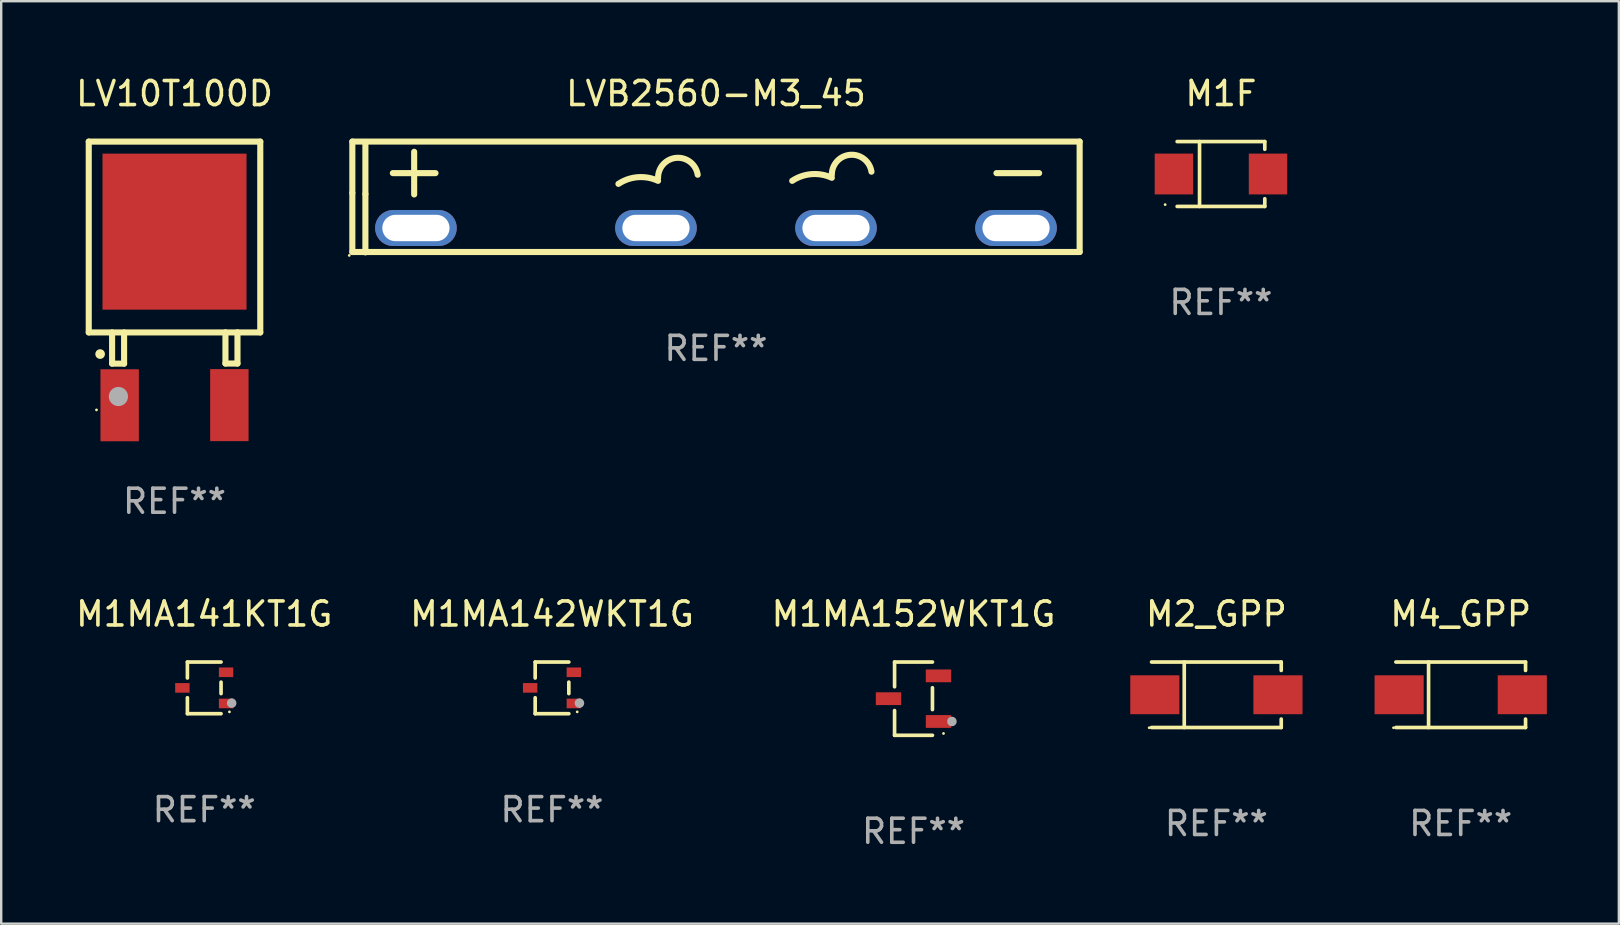
<source format=kicad_pcb>
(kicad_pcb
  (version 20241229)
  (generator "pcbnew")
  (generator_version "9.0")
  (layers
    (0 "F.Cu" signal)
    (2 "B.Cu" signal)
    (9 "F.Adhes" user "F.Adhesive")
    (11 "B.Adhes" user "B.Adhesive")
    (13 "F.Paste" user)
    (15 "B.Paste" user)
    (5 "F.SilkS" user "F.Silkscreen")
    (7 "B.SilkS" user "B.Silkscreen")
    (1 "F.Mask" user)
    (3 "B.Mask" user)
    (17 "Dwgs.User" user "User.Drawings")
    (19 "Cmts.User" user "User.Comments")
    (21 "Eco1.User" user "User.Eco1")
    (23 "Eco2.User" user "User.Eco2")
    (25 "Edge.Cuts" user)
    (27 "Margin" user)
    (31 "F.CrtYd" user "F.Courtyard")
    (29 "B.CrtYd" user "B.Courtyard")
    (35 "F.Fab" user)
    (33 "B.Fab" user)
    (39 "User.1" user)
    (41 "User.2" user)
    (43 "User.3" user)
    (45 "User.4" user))
  (footprint "LVB2560-M3_45"
    (layer "F.Cu")
    (at 26.777 5.156)
    (property "Reference" "LVB2560-M3_45" (at 0 -4.308 0) (layer "F.SilkS") (effects (font (size 1 1) (thickness 0.15))))
    (attr through_hole)
    (fp_line (start -15.15 -2.308) (end 15.15 -2.308) (stroke (width 0.254) (type solid)) (layer "F.SilkS"))
    (fp_line (start -15.149 -0.166) (end -15.149 -2.307) (stroke (width 0.254) (type solid)) (layer "F.SilkS"))
    (fp_line (start -15.149 2.293) (end -15.149 -0.166) (stroke (width 0.254) (type solid)) (layer "F.SilkS"))
    (fp_line (start -14.605 -0.121) (end -14.605 -2.292) (stroke (width 0.254) (type solid)) (layer "F.SilkS"))
    (fp_line (start -14.605 2.308) (end -14.605 -0.121) (stroke (width 0.254) (type solid)) (layer "F.SilkS"))
    (fp_line (start -13.462 -0.994) (end -11.684 -0.994) (stroke (width 0.254) (type solid)) (layer "F.SilkS"))
    (fp_line (start -12.573 -1.883) (end -12.573 -0.105) (stroke (width 0.254) (type solid)) (layer "F.SilkS"))
    (fp_line (start 11.684 -0.994) (end 13.462 -0.994) (stroke (width 0.254) (type solid)) (layer "F.SilkS"))
    (fp_line (start 15.15 -2.308) (end 15.15 2.292) (stroke (width 0.254) (type solid)) (layer "F.SilkS"))
    (fp_line (start 15.15 2.292) (end -15.15 2.292) (stroke (width 0.254) (type solid)) (layer "F.SilkS"))
    (fp_arc (start -4.063716 -0.54558) (mid -3.254762 -0.824195) (end -2.412713 -0.67258) (stroke (width 0.254001) (type solid)) (layer "F.SilkS"))
    (fp_arc (start -2.412713 -0.79958) (mid -1.646176 -1.629622) (end -0.761709 -0.926581) (stroke (width 0.254001) (type solid)) (layer "F.SilkS"))
    (fp_arc (start 3.175298 -0.672581) (mid 3.984253 -0.951195) (end 4.826302 -0.799581) (stroke (width 0.254001) (type solid)) (layer "F.SilkS"))
    (fp_arc (start 4.826301 -0.926582) (mid 5.592839 -1.756623) (end 6.477305 -1.053581) (stroke (width 0.254001) (type solid)) (layer "F.SilkS"))
    (fp_circle (center -15.277 2.435) (end -15.247 2.435) (stroke (width 0.06) (type solid)) (fill no) (layer "F.SilkS"))
    (fp_text user "REF**" (at 0 6.308 0) (layer "F.Fab") (effects (font (size 1 1) (thickness 0.15))))
    (pad "1" thru_hole oval (at -12.5 1.292 90) (size 1.5 3.4) (drill oval 1.1 2.8) (layers "*.Cu" "*.Mask"))
    (pad "2" thru_hole oval (at -2.5 1.292 90) (size 1.5 3.4) (drill oval 1.1 2.8) (layers "*.Cu" "*.Mask"))
    (pad "3" thru_hole oval (at 5 1.292 90) (size 1.5 3.4) (drill oval 1.1 2.8) (layers "*.Cu" "*.Mask"))
    (pad "4" thru_hole oval (at 12.5 1.292 90) (size 1.5 3.4) (drill oval 1.1 2.8) (layers "*.Cu" "*.Mask")))
  (footprint "M1MA152WKT1G"
    (layer "F.Cu")
    (at 35.006 26.056)
    (property "Reference" "M1MA152WKT1G" (at 0 -3.526 0) (layer "F.SilkS") (effects (font (size 1 1) (thickness 0.15))))
    (attr through_hole)
    (fp_line (start -0.789 -1.526) (end -0.789 -0.495) (stroke (width 0.152) (type solid)) (layer "F.SilkS"))
    (fp_line (start -0.789 1.526) (end -0.789 0.495) (stroke (width 0.152) (type solid)) (layer "F.SilkS"))
    (fp_line (start 0.789 -1.526) (end -0.789 -1.526) (stroke (width 0.152) (type solid)) (layer "F.SilkS"))
    (fp_line (start 0.789 -0.455) (end 0.789 0.455) (stroke (width 0.152) (type solid)) (layer "F.SilkS"))
    (fp_line (start 0.789 1.526) (end -0.789 1.526) (stroke (width 0.152) (type solid)) (layer "F.SilkS"))
    (fp_circle (center 1.25 1.45) (end 1.28 1.45) (stroke (width 0.06) (type solid)) (fill no) (layer "F.SilkS"))
    (fp_circle (center 1.6 0.95) (end 1.7 0.95) (stroke (width 0.2) (type solid)) (fill no) (layer "F.Fab"))
    (fp_text user "REF**" (at 0 5.526 0) (layer "F.Fab") (effects (font (size 1 1) (thickness 0.15))))
    (pad "1" smd rect (at 1.041 0.95) (size 1.058 0.532) (layers "F.Cu" "F.Mask" "F.Paste"))
    (pad "2" smd rect (at 1.041 -0.95) (size 1.058 0.532) (layers "F.Cu" "F.Mask" "F.Paste"))
    (pad "3" smd rect (at -1.041 0) (size 1.058 0.532) (layers "F.Cu" "F.Mask" "F.Paste")))
  (footprint "M1F"
    (layer "F.Cu")
    (at 47.814 4.199)
    (property "Reference" "M1F" (at 0 -3.351 0) (layer "F.SilkS") (effects (font (size 1 1) (thickness 0.15))))
    (attr through_hole)
    (fp_line (start -1.826 -1.351) (end 1.826 -1.351) (stroke (width 0.152) (type solid)) (layer "F.SilkS"))
    (fp_line (start -1.826 1.351) (end 1.826 1.351) (stroke (width 0.152) (type solid)) (layer "F.SilkS"))
    (fp_line (start -0.892 -1.351) (end -0.892 1.351) (stroke (width 0.152) (type solid)) (layer "F.SilkS"))
    (fp_line (start 1.826 -1.351) (end 1.826 -1.03) (stroke (width 0.152) (type solid)) (layer "F.SilkS"))
    (fp_line (start 1.826 1.03) (end 1.826 1.351) (stroke (width 0.152) (type solid)) (layer "F.SilkS"))
    (fp_circle (center -2.325 1.275) (end -2.295 1.275) (stroke (width 0.06) (type solid)) (fill no) (layer "F.SilkS"))
    (fp_text user "REF**" (at 0 5.351 0) (layer "F.Fab") (effects (font (size 1 1) (thickness 0.15))))
    (pad "1" smd rect (at -1.96 0 180) (size 1.6 1.7) (layers "F.Cu" "F.Mask" "F.Paste"))
    (pad "2" smd rect (at 1.96 0 180) (size 1.6 1.7) (layers "F.Cu" "F.Mask" "F.Paste")))
  (footprint "M4_GPP"
    (layer "F.Cu")
    (at 57.802 25.893)
    (property "Reference" "M4_GPP" (at 0 -3.364 0) (layer "F.SilkS") (effects (font (size 1 1) (thickness 0.15))))
    (attr through_hole)
    (fp_line (start -2.701 -1.364) (end 2.701 -1.364) (stroke (width 0.152) (type solid)) (layer "F.SilkS"))
    (fp_line (start -2.701 1.364) (end 2.701 1.364) (stroke (width 0.152) (type solid)) (layer "F.SilkS"))
    (fp_line (start -1.339 -1.364) (end -1.339 1.364) (stroke (width 0.152) (type solid)) (layer "F.SilkS"))
    (fp_line (start 2.701 -1.364) (end 2.701 -1.013) (stroke (width 0.152) (type solid)) (layer "F.SilkS"))
    (fp_line (start 2.701 1.364) (end 2.701 1.013) (stroke (width 0.152) (type solid)) (layer "F.SilkS"))
    (fp_circle (center -2.8 1.375) (end -2.77 1.375) (stroke (width 0.06) (type solid)) (fill no) (layer "F.SilkS"))
    (fp_text user "REF**" (at 0 5.364 0) (layer "F.Fab") (effects (font (size 1 1) (thickness 0.15))))
    (pad "1" smd rect (at -2.565 -0.000025) (size 2.046 1.62) (layers "F.Cu" "F.Mask" "F.Paste"))
    (pad "2" smd rect (at 2.565 -0.000025) (size 2.046 1.62) (layers "F.Cu" "F.Mask" "F.Paste")))
  (footprint "M1MA142WKT1G"
    (layer "F.Cu")
    (at 19.946 25.606)
    (property "Reference" "M1MA142WKT1G" (at 0 -3.076 0) (layer "F.SilkS") (effects (font (size 1 1) (thickness 0.15))))
    (attr through_hole)
    (fp_line (start -0.701 -1.076) (end -0.701 -0.411) (stroke (width 0.152) (type solid)) (layer "F.SilkS"))
    (fp_line (start -0.701 1.076) (end -0.701 0.411) (stroke (width 0.152) (type solid)) (layer "F.SilkS"))
    (fp_line (start 0.701 -1.076) (end -0.701 -1.076) (stroke (width 0.152) (type solid)) (layer "F.SilkS"))
    (fp_line (start 0.701 -0.239) (end 0.701 0.239) (stroke (width 0.152) (type solid)) (layer "F.SilkS"))
    (fp_line (start 0.701 1.076) (end -0.701 1.076) (stroke (width 0.152) (type solid)) (layer "F.SilkS"))
    (fp_circle (center 1.05 1) (end 1.08 1) (stroke (width 0.06) (type solid)) (fill no) (layer "F.SilkS"))
    (fp_circle (center 1.143 0.635) (end 1.243 0.635) (stroke (width 0.2) (type solid)) (fill no) (layer "F.Fab"))
    (fp_text user "REF**" (at 0 5.076 0) (layer "F.Fab") (effects (font (size 1 1) (thickness 0.15))))
    (pad "1" smd rect (at 0.91 0.65) (size 0.6 0.4) (layers "F.Cu" "F.Mask" "F.Paste"))
    (pad "2" smd rect (at 0.91 -0.65) (size 0.6 0.4) (layers "F.Cu" "F.Mask" "F.Paste"))
    (pad "3" smd rect (at -0.91 0) (size 0.6 0.4) (layers "F.Cu" "F.Mask" "F.Paste")))
  (footprint "M1MA141KT1G"
    (layer "F.Cu")
    (at 5.458 25.606)
    (property "Reference" "M1MA141KT1G" (at 0 -3.076 0) (layer "F.SilkS") (effects (font (size 1 1) (thickness 0.15))))
    (attr through_hole)
    (fp_line (start -0.701 -1.076) (end -0.701 -0.411) (stroke (width 0.152) (type solid)) (layer "F.SilkS"))
    (fp_line (start -0.701 1.076) (end -0.701 0.411) (stroke (width 0.152) (type solid)) (layer "F.SilkS"))
    (fp_line (start 0.701 -1.076) (end -0.701 -1.076) (stroke (width 0.152) (type solid)) (layer "F.SilkS"))
    (fp_line (start 0.701 -0.239) (end 0.701 0.239) (stroke (width 0.152) (type solid)) (layer "F.SilkS"))
    (fp_line (start 0.701 1.076) (end -0.701 1.076) (stroke (width 0.152) (type solid)) (layer "F.SilkS"))
    (fp_circle (center 1.05 1) (end 1.08 1) (stroke (width 0.06) (type solid)) (fill no) (layer "F.SilkS"))
    (fp_circle (center 1.143 0.635) (end 1.243 0.635) (stroke (width 0.2) (type solid)) (fill no) (layer "F.Fab"))
    (fp_text user "REF**" (at 0 5.076 0) (layer "F.Fab") (effects (font (size 1 1) (thickness 0.15))))
    (pad "1" smd rect (at 0.91 0.65) (size 0.6 0.4) (layers "F.Cu" "F.Mask" "F.Paste"))
    (pad "2" smd rect (at 0.91 -0.65) (size 0.6 0.4) (layers "F.Cu" "F.Mask" "F.Paste"))
    (pad "3" smd rect (at -0.91 0) (size 0.6 0.4) (layers "F.Cu" "F.Mask" "F.Paste")))
  (footprint "LV10T100D"
    (layer "F.Cu")
    (at 4.22 8.341)
    (property "Reference" "LV10T100D" (at 0 -7.492 0) (layer "F.SilkS") (effects (font (size 1 1) (thickness 0.15))))
    (attr through_hole)
    (fp_line (start -3.573 -5.492) (end -3.573 2.458) (stroke (width 0.254) (type solid)) (layer "F.SilkS"))
    (fp_line (start -3.573 2.458) (end 3.573 2.458) (stroke (width 0.254) (type solid)) (layer "F.SilkS"))
    (fp_line (start -2.6 2.458) (end -2.6 3.757) (stroke (width 0.254) (type solid)) (layer "F.SilkS"))
    (fp_line (start -2.6 3.757) (end -2.1 3.757) (stroke (width 0.254) (type solid)) (layer "F.SilkS"))
    (fp_line (start -2.1 3.757) (end -2.1 2.458) (stroke (width 0.254) (type solid)) (layer "F.SilkS"))
    (fp_line (start 2.122 2.453) (end 2.122 3.753) (stroke (width 0.254) (type solid)) (layer "F.SilkS"))
    (fp_line (start 2.122 3.753) (end 2.623 3.753) (stroke (width 0.254) (type solid)) (layer "F.SilkS"))
    (fp_line (start 2.623 3.753) (end 2.623 2.453) (stroke (width 0.254) (type solid)) (layer "F.SilkS"))
    (fp_line (start 3.573 -5.492) (end -3.573 -5.492) (stroke (width 0.254) (type solid)) (layer "F.SilkS"))
    (fp_line (start 3.573 2.458) (end 3.573 -5.492) (stroke (width 0.254) (type solid)) (layer "F.SilkS"))
    (fp_arc (start -3.098806 3.360224) (mid -3.09881 3.358954) (end -3.098806 3.357684) (stroke (width 0.4) (type solid)) (layer "F.SilkS"))
    (fp_circle (center -3.25 5.685) (end -3.22 5.685) (stroke (width 0.06) (type solid)) (fill no) (layer "F.SilkS"))
    (fp_circle (center -2.337 5.127) (end -2.137 5.127) (stroke (width 0.4) (type solid)) (fill no) (layer "F.Fab"))
    (fp_text user "REF**" (at 0 9.492 0) (layer "F.Fab") (effects (font (size 1 1) (thickness 0.15))))
    (pad "1" smd rect (at -2.285 5.492) (size 1.6 3) (layers "F.Cu" "F.Mask" "F.Paste"))
    (pad "2" smd rect (at 2.285 5.486 180) (size 1.6 3) (layers "F.Cu" "F.Mask" "F.Paste"))
    (pad "3" smd rect (at -0.000102 -1.741) (size 6 6.5) (layers "F.Cu" "F.Mask" "F.Paste")))
  (footprint "M2_GPP"
    (layer "F.Cu")
    (at 47.624 25.893)
    (property "Reference" "M2_GPP" (at 0 -3.364 0) (layer "F.SilkS") (effects (font (size 1 1) (thickness 0.15))))
    (attr through_hole)
    (fp_line (start -2.701 -1.364) (end 2.701 -1.364) (stroke (width 0.152) (type solid)) (layer "F.SilkS"))
    (fp_line (start -2.701 1.364) (end 2.701 1.364) (stroke (width 0.152) (type solid)) (layer "F.SilkS"))
    (fp_line (start -1.339 -1.364) (end -1.339 1.364) (stroke (width 0.152) (type solid)) (layer "F.SilkS"))
    (fp_line (start 2.701 -1.364) (end 2.701 -1.013) (stroke (width 0.152) (type solid)) (layer "F.SilkS"))
    (fp_line (start 2.701 1.364) (end 2.701 1.013) (stroke (width 0.152) (type solid)) (layer "F.SilkS"))
    (fp_circle (center -2.8 1.375) (end -2.77 1.375) (stroke (width 0.06) (type solid)) (fill no) (layer "F.SilkS"))
    (fp_text user "REF**" (at 0 5.364 0) (layer "F.Fab") (effects (font (size 1 1) (thickness 0.15))))
    (pad "1" smd rect (at -2.565 -0.000025) (size 2.046 1.62) (layers "F.Cu" "F.Mask" "F.Paste"))
    (pad "2" smd rect (at 2.565 -0.000025) (size 2.046 1.62) (layers "F.Cu" "F.Mask" "F.Paste")))
  (gr_rect
    (start -3 -3)
    (end 64.39 35.43)
    (stroke (width 0.1) (type default))
    (fill no)
    (layer "Edge.Cuts")))
</source>
